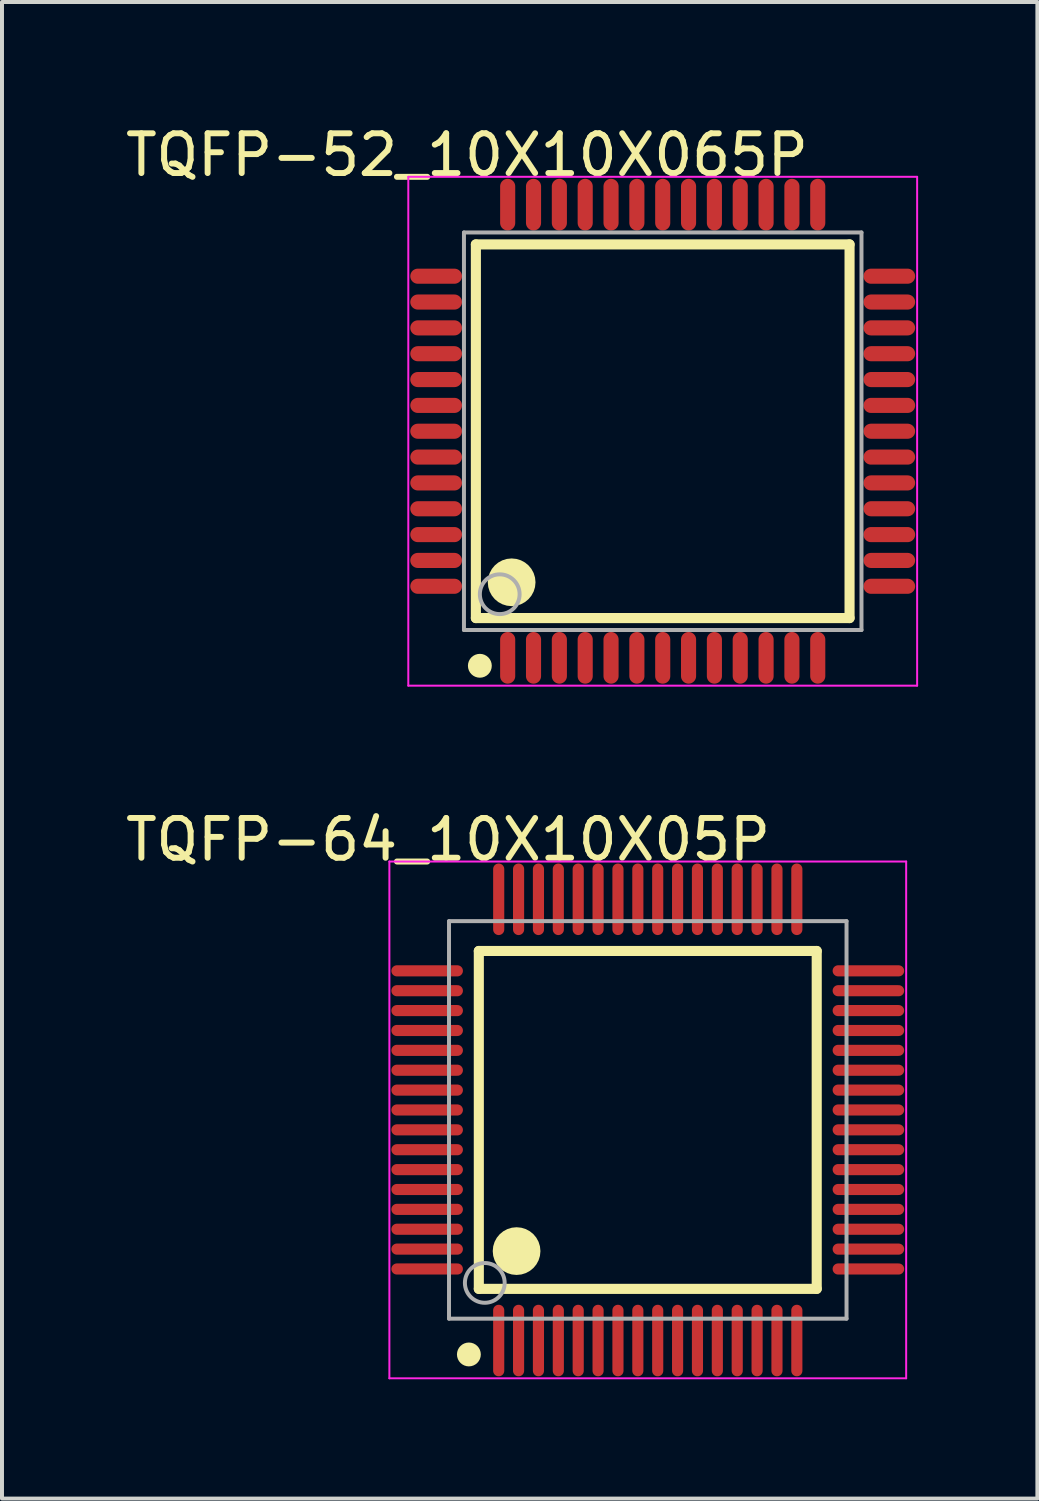
<source format=kicad_pcb>
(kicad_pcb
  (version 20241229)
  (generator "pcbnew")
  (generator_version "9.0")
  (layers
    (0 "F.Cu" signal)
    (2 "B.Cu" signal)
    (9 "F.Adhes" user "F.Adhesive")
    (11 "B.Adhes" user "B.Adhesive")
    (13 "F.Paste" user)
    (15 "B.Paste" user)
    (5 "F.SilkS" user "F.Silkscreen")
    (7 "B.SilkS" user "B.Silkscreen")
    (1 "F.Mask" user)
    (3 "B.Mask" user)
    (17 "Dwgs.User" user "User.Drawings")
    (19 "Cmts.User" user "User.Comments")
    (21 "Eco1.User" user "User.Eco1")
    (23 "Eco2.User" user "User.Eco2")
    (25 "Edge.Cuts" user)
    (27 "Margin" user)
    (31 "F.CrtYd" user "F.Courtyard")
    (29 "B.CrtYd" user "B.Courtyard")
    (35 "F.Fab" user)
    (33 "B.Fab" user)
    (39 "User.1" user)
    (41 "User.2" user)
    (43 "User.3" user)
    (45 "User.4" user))
  (footprint "TQFP-64_10X10X05P"
    (layer "F.Cu")
    (at 13.245 25.122)
    (property "Reference" "TQFP-64_10X10X05P" (at -5.024 -7.05 0) (layer "F.SilkS") (effects (font (size 1 1) (thickness 0.15))))
    (attr through_hole)
    (fp_line (start -4.25 -4.25) (end 4.25 -4.25) (stroke (width 0.254) (type solid)) (layer "F.SilkS"))
    (fp_line (start -4.25 4.25) (end -4.25 -4.25) (stroke (width 0.254) (type solid)) (layer "F.SilkS"))
    (fp_line (start -4.25 4.25) (end 4.25 4.25) (stroke (width 0.254) (type solid)) (layer "F.SilkS"))
    (fp_line (start 4.25 4.25) (end 4.25 -4.25) (stroke (width 0.254) (type solid)) (layer "F.SilkS"))
    (fp_circle (center -4.5 5.9) (end -4.35 5.9) (stroke (width 0.3) (type solid)) (fill no) (layer "F.SilkS"))
    (fp_circle (center -3.3 3.3) (end -3 3.3) (stroke (width 0.6) (type solid)) (fill no) (layer "F.SilkS"))
    (fp_line (start -6.5 -6.5) (end 6.5 -6.5) (stroke (width 0.05) (type solid)) (layer "F.CrtYd"))
    (fp_line (start -6.5 6.5) (end -6.5 -6.5) (stroke (width 0.05) (type solid)) (layer "F.CrtYd"))
    (fp_line (start 6.5 -6.5) (end 6.5 6.5) (stroke (width 0.05) (type solid)) (layer "F.CrtYd"))
    (fp_line (start 6.5 6.5) (end -6.5 6.5) (stroke (width 0.05) (type solid)) (layer "F.CrtYd"))
    (fp_line (start -5 -5) (end 5 -5) (stroke (width 0.1) (type solid)) (layer "F.Fab"))
    (fp_line (start -5 5) (end -5 -5) (stroke (width 0.1) (type solid)) (layer "F.Fab"))
    (fp_line (start -5 5) (end 5 5) (stroke (width 0.1) (type solid)) (layer "F.Fab"))
    (fp_line (start 5 5) (end 5 -5) (stroke (width 0.1) (type solid)) (layer "F.Fab"))
    (fp_circle (center -4.1 4.1) (end -3.6 4.1) (stroke (width 0.1) (type solid)) (fill no) (layer "F.Fab"))
    (pad "1" smd oval (at -3.75 5.55 180) (size 0.28 1.8) (layers "F.Cu" "F.Mask" "F.Paste"))
    (pad "2" smd oval (at -3.25 5.55 180) (size 0.28 1.8) (layers "F.Cu" "F.Mask" "F.Paste"))
    (pad "3" smd oval (at -2.75 5.55 180) (size 0.28 1.8) (layers "F.Cu" "F.Mask" "F.Paste"))
    (pad "4" smd oval (at -2.25 5.55 180) (size 0.28 1.8) (layers "F.Cu" "F.Mask" "F.Paste"))
    (pad "5" smd oval (at -1.75 5.55 180) (size 0.28 1.8) (layers "F.Cu" "F.Mask" "F.Paste"))
    (pad "6" smd oval (at -1.25 5.55 180) (size 0.28 1.8) (layers "F.Cu" "F.Mask" "F.Paste"))
    (pad "7" smd oval (at -0.75 5.55 180) (size 0.28 1.8) (layers "F.Cu" "F.Mask" "F.Paste"))
    (pad "8" smd oval (at -0.25 5.55 180) (size 0.28 1.8) (layers "F.Cu" "F.Mask" "F.Paste"))
    (pad "9" smd oval (at 0.25 5.55 180) (size 0.28 1.8) (layers "F.Cu" "F.Mask" "F.Paste"))
    (pad "10" smd oval (at 0.75 5.55 180) (size 0.28 1.8) (layers "F.Cu" "F.Mask" "F.Paste"))
    (pad "11" smd oval (at 1.25 5.55 180) (size 0.28 1.8) (layers "F.Cu" "F.Mask" "F.Paste"))
    (pad "12" smd oval (at 1.75 5.55 180) (size 0.28 1.8) (layers "F.Cu" "F.Mask" "F.Paste"))
    (pad "13" smd oval (at 2.25 5.55 180) (size 0.28 1.8) (layers "F.Cu" "F.Mask" "F.Paste"))
    (pad "14" smd oval (at 2.75 5.55 180) (size 0.28 1.8) (layers "F.Cu" "F.Mask" "F.Paste"))
    (pad "15" smd oval (at 3.25 5.55 180) (size 0.28 1.8) (layers "F.Cu" "F.Mask" "F.Paste"))
    (pad "16" smd oval (at 3.75 5.55 180) (size 0.28 1.8) (layers "F.Cu" "F.Mask" "F.Paste"))
    (pad "17" smd oval (at 5.55 3.75 90) (size 0.28 1.8) (layers "F.Cu" "F.Mask" "F.Paste"))
    (pad "18" smd oval (at 5.55 3.25 90) (size 0.28 1.8) (layers "F.Cu" "F.Mask" "F.Paste"))
    (pad "19" smd oval (at 5.55 2.75 90) (size 0.28 1.8) (layers "F.Cu" "F.Mask" "F.Paste"))
    (pad "20" smd oval (at 5.55 2.25 90) (size 0.28 1.8) (layers "F.Cu" "F.Mask" "F.Paste"))
    (pad "21" smd oval (at 5.55 1.75 90) (size 0.28 1.8) (layers "F.Cu" "F.Mask" "F.Paste"))
    (pad "22" smd oval (at 5.55 1.25 90) (size 0.28 1.8) (layers "F.Cu" "F.Mask" "F.Paste"))
    (pad "23" smd oval (at 5.55 0.75 90) (size 0.28 1.8) (layers "F.Cu" "F.Mask" "F.Paste"))
    (pad "24" smd oval (at 5.55 0.25 90) (size 0.28 1.8) (layers "F.Cu" "F.Mask" "F.Paste"))
    (pad "25" smd oval (at 5.55 -0.25 90) (size 0.28 1.8) (layers "F.Cu" "F.Mask" "F.Paste"))
    (pad "26" smd oval (at 5.55 -0.75 90) (size 0.28 1.8) (layers "F.Cu" "F.Mask" "F.Paste"))
    (pad "27" smd oval (at 5.55 -1.25 90) (size 0.28 1.8) (layers "F.Cu" "F.Mask" "F.Paste"))
    (pad "28" smd oval (at 5.55 -1.75 90) (size 0.28 1.8) (layers "F.Cu" "F.Mask" "F.Paste"))
    (pad "29" smd oval (at 5.55 -2.25 90) (size 0.28 1.8) (layers "F.Cu" "F.Mask" "F.Paste"))
    (pad "30" smd oval (at 5.55 -2.75 90) (size 0.28 1.8) (layers "F.Cu" "F.Mask" "F.Paste"))
    (pad "31" smd oval (at 5.55 -3.25 90) (size 0.28 1.8) (layers "F.Cu" "F.Mask" "F.Paste"))
    (pad "32" smd oval (at 5.55 -3.75 90) (size 0.28 1.8) (layers "F.Cu" "F.Mask" "F.Paste"))
    (pad "33" smd oval (at 3.75 -5.55 180) (size 0.28 1.8) (layers "F.Cu" "F.Mask" "F.Paste"))
    (pad "34" smd oval (at 3.25 -5.55 180) (size 0.28 1.8) (layers "F.Cu" "F.Mask" "F.Paste"))
    (pad "35" smd oval (at 2.75 -5.55 180) (size 0.28 1.8) (layers "F.Cu" "F.Mask" "F.Paste"))
    (pad "36" smd oval (at 2.25 -5.55 180) (size 0.28 1.8) (layers "F.Cu" "F.Mask" "F.Paste"))
    (pad "37" smd oval (at 1.75 -5.55 180) (size 0.28 1.8) (layers "F.Cu" "F.Mask" "F.Paste"))
    (pad "38" smd oval (at 1.25 -5.55 180) (size 0.28 1.8) (layers "F.Cu" "F.Mask" "F.Paste"))
    (pad "39" smd oval (at 0.75 -5.55 180) (size 0.28 1.8) (layers "F.Cu" "F.Mask" "F.Paste"))
    (pad "40" smd oval (at 0.25 -5.55 180) (size 0.28 1.8) (layers "F.Cu" "F.Mask" "F.Paste"))
    (pad "41" smd oval (at -0.25 -5.55 180) (size 0.28 1.8) (layers "F.Cu" "F.Mask" "F.Paste"))
    (pad "42" smd oval (at -0.75 -5.55 180) (size 0.28 1.8) (layers "F.Cu" "F.Mask" "F.Paste"))
    (pad "43" smd oval (at -1.25 -5.55 180) (size 0.28 1.8) (layers "F.Cu" "F.Mask" "F.Paste"))
    (pad "44" smd oval (at -1.75 -5.55 180) (size 0.28 1.8) (layers "F.Cu" "F.Mask" "F.Paste"))
    (pad "45" smd oval (at -2.25 -5.55 180) (size 0.28 1.8) (layers "F.Cu" "F.Mask" "F.Paste"))
    (pad "46" smd oval (at -2.75 -5.55 180) (size 0.28 1.8) (layers "F.Cu" "F.Mask" "F.Paste"))
    (pad "47" smd oval (at -3.25 -5.55 180) (size 0.28 1.8) (layers "F.Cu" "F.Mask" "F.Paste"))
    (pad "48" smd oval (at -3.75 -5.55 180) (size 0.28 1.8) (layers "F.Cu" "F.Mask" "F.Paste"))
    (pad "49" smd oval (at -5.55 -3.75 90) (size 0.28 1.8) (layers "F.Cu" "F.Mask" "F.Paste"))
    (pad "50" smd oval (at -5.55 -3.25 90) (size 0.28 1.8) (layers "F.Cu" "F.Mask" "F.Paste"))
    (pad "51" smd oval (at -5.55 -2.75 90) (size 0.28 1.8) (layers "F.Cu" "F.Mask" "F.Paste"))
    (pad "52" smd oval (at -5.55 -2.25 90) (size 0.28 1.8) (layers "F.Cu" "F.Mask" "F.Paste"))
    (pad "53" smd oval (at -5.55 -1.75 90) (size 0.28 1.8) (layers "F.Cu" "F.Mask" "F.Paste"))
    (pad "54" smd oval (at -5.55 -1.25 90) (size 0.28 1.8) (layers "F.Cu" "F.Mask" "F.Paste"))
    (pad "55" smd oval (at -5.55 -0.75 90) (size 0.28 1.8) (layers "F.Cu" "F.Mask" "F.Paste"))
    (pad "56" smd oval (at -5.55 -0.25 90) (size 0.28 1.8) (layers "F.Cu" "F.Mask" "F.Paste"))
    (pad "57" smd oval (at -5.55 0.25 90) (size 0.28 1.8) (layers "F.Cu" "F.Mask" "F.Paste"))
    (pad "58" smd oval (at -5.55 0.75 90) (size 0.28 1.8) (layers "F.Cu" "F.Mask" "F.Paste"))
    (pad "59" smd oval (at -5.55 1.25 90) (size 0.28 1.8) (layers "F.Cu" "F.Mask" "F.Paste"))
    (pad "60" smd oval (at -5.55 1.75 90) (size 0.28 1.8) (layers "F.Cu" "F.Mask" "F.Paste"))
    (pad "61" smd oval (at -5.55 2.25 90) (size 0.28 1.8) (layers "F.Cu" "F.Mask" "F.Paste"))
    (pad "62" smd oval (at -5.55 2.75 90) (size 0.28 1.8) (layers "F.Cu" "F.Mask" "F.Paste"))
    (pad "63" smd oval (at -5.55 3.25 90) (size 0.28 1.8) (layers "F.Cu" "F.Mask" "F.Paste"))
    (pad "64" smd oval (at -5.55 3.75 90) (size 0.28 1.8) (layers "F.Cu" "F.Mask" "F.Paste")))
  (footprint "TQFP-52_10X10X065P"
    (layer "F.Cu")
    (at 13.621 7.798)
    (property "Reference" "TQFP-52_10X10X065P" (at -4.924 -6.95 0) (layer "F.SilkS") (effects (font (size 1 1) (thickness 0.15))))
    (attr through_hole)
    (fp_line (start -4.7 -4.7) (end 4.7 -4.7) (stroke (width 0.254) (type solid)) (layer "F.SilkS"))
    (fp_line (start -4.7 4.7) (end -4.7 -4.7) (stroke (width 0.254) (type solid)) (layer "F.SilkS"))
    (fp_line (start -4.7 4.7) (end 4.7 4.7) (stroke (width 0.254) (type solid)) (layer "F.SilkS"))
    (fp_line (start 4.7 4.7) (end 4.7 -4.7) (stroke (width 0.254) (type solid)) (layer "F.SilkS"))
    (fp_circle (center -4.6 5.9) (end -4.45 5.9) (stroke (width 0.3) (type solid)) (fill no) (layer "F.SilkS"))
    (fp_circle (center -3.8 3.8) (end -3.5 3.8) (stroke (width 0.6) (type solid)) (fill no) (layer "F.SilkS"))
    (fp_line (start -6.4 -6.4) (end 6.4 -6.4) (stroke (width 0.05) (type solid)) (layer "F.CrtYd"))
    (fp_line (start -6.4 6.4) (end -6.4 -6.4) (stroke (width 0.05) (type solid)) (layer "F.CrtYd"))
    (fp_line (start 6.4 -6.4) (end 6.4 6.4) (stroke (width 0.05) (type solid)) (layer "F.CrtYd"))
    (fp_line (start 6.4 6.4) (end -6.4 6.4) (stroke (width 0.05) (type solid)) (layer "F.CrtYd"))
    (fp_line (start -5 -5) (end 5 -5) (stroke (width 0.1) (type solid)) (layer "F.Fab"))
    (fp_line (start -5 5) (end -5 -5) (stroke (width 0.1) (type solid)) (layer "F.Fab"))
    (fp_line (start -5 5) (end 5 5) (stroke (width 0.1) (type solid)) (layer "F.Fab"))
    (fp_line (start 5 5) (end 5 -5) (stroke (width 0.1) (type solid)) (layer "F.Fab"))
    (fp_circle (center -4.1 4.1) (end -3.6 4.1) (stroke (width 0.1) (type solid)) (fill no) (layer "F.Fab"))
    (pad "1" smd oval (at -3.9 5.7 180) (size 0.38 1.3) (layers "F.Cu" "F.Mask" "F.Paste"))
    (pad "2" smd oval (at -3.25 5.7 180) (size 0.38 1.3) (layers "F.Cu" "F.Mask" "F.Paste"))
    (pad "3" smd oval (at -2.6 5.7 180) (size 0.38 1.3) (layers "F.Cu" "F.Mask" "F.Paste"))
    (pad "4" smd oval (at -1.95 5.7 180) (size 0.38 1.3) (layers "F.Cu" "F.Mask" "F.Paste"))
    (pad "5" smd oval (at -1.3 5.7 180) (size 0.38 1.3) (layers "F.Cu" "F.Mask" "F.Paste"))
    (pad "6" smd oval (at -0.65 5.7 180) (size 0.38 1.3) (layers "F.Cu" "F.Mask" "F.Paste"))
    (pad "7" smd oval (at 0 5.7 180) (size 0.38 1.3) (layers "F.Cu" "F.Mask" "F.Paste"))
    (pad "8" smd oval (at 0.65 5.7 180) (size 0.38 1.3) (layers "F.Cu" "F.Mask" "F.Paste"))
    (pad "9" smd oval (at 1.3 5.7 180) (size 0.38 1.3) (layers "F.Cu" "F.Mask" "F.Paste"))
    (pad "10" smd oval (at 1.95 5.7 180) (size 0.38 1.3) (layers "F.Cu" "F.Mask" "F.Paste"))
    (pad "11" smd oval (at 2.6 5.7 180) (size 0.38 1.3) (layers "F.Cu" "F.Mask" "F.Paste"))
    (pad "12" smd oval (at 3.25 5.7 180) (size 0.38 1.3) (layers "F.Cu" "F.Mask" "F.Paste"))
    (pad "13" smd oval (at 3.9 5.7 180) (size 0.38 1.3) (layers "F.Cu" "F.Mask" "F.Paste"))
    (pad "14" smd oval (at 5.7 3.9 270) (size 0.38 1.3) (layers "F.Cu" "F.Mask" "F.Paste"))
    (pad "15" smd oval (at 5.7 3.25 270) (size 0.38 1.3) (layers "F.Cu" "F.Mask" "F.Paste"))
    (pad "16" smd oval (at 5.7 2.6 270) (size 0.38 1.3) (layers "F.Cu" "F.Mask" "F.Paste"))
    (pad "17" smd oval (at 5.7 1.95 270) (size 0.38 1.3) (layers "F.Cu" "F.Mask" "F.Paste"))
    (pad "18" smd oval (at 5.7 1.3 270) (size 0.38 1.3) (layers "F.Cu" "F.Mask" "F.Paste"))
    (pad "19" smd oval (at 5.7 0.65 270) (size 0.38 1.3) (layers "F.Cu" "F.Mask" "F.Paste"))
    (pad "20" smd oval (at 5.7 0 270) (size 0.38 1.3) (layers "F.Cu" "F.Mask" "F.Paste"))
    (pad "21" smd oval (at 5.7 -0.65 270) (size 0.38 1.3) (layers "F.Cu" "F.Mask" "F.Paste"))
    (pad "22" smd oval (at 5.7 -1.3 270) (size 0.38 1.3) (layers "F.Cu" "F.Mask" "F.Paste"))
    (pad "23" smd oval (at 5.7 -1.95 270) (size 0.38 1.3) (layers "F.Cu" "F.Mask" "F.Paste"))
    (pad "24" smd oval (at 5.7 -2.6 270) (size 0.38 1.3) (layers "F.Cu" "F.Mask" "F.Paste"))
    (pad "25" smd oval (at 5.7 -3.25 270) (size 0.38 1.3) (layers "F.Cu" "F.Mask" "F.Paste"))
    (pad "26" smd oval (at 5.7 -3.9 270) (size 0.38 1.3) (layers "F.Cu" "F.Mask" "F.Paste"))
    (pad "27" smd oval (at 3.9 -5.7) (size 0.38 1.3) (layers "F.Cu" "F.Mask" "F.Paste"))
    (pad "28" smd oval (at 3.25 -5.7) (size 0.38 1.3) (layers "F.Cu" "F.Mask" "F.Paste"))
    (pad "29" smd oval (at 2.6 -5.7) (size 0.38 1.3) (layers "F.Cu" "F.Mask" "F.Paste"))
    (pad "30" smd oval (at 1.95 -5.7) (size 0.38 1.3) (layers "F.Cu" "F.Mask" "F.Paste"))
    (pad "31" smd oval (at 1.3 -5.7) (size 0.38 1.3) (layers "F.Cu" "F.Mask" "F.Paste"))
    (pad "32" smd oval (at 0.65 -5.7) (size 0.38 1.3) (layers "F.Cu" "F.Mask" "F.Paste"))
    (pad "33" smd oval (at 0 -5.7) (size 0.38 1.3) (layers "F.Cu" "F.Mask" "F.Paste"))
    (pad "34" smd oval (at -0.65 -5.7) (size 0.38 1.3) (layers "F.Cu" "F.Mask" "F.Paste"))
    (pad "35" smd oval (at -1.3 -5.7) (size 0.38 1.3) (layers "F.Cu" "F.Mask" "F.Paste"))
    (pad "36" smd oval (at -1.95 -5.7) (size 0.38 1.3) (layers "F.Cu" "F.Mask" "F.Paste"))
    (pad "37" smd oval (at -2.6 -5.7) (size 0.38 1.3) (layers "F.Cu" "F.Mask" "F.Paste"))
    (pad "38" smd oval (at -3.25 -5.7) (size 0.38 1.3) (layers "F.Cu" "F.Mask" "F.Paste"))
    (pad "39" smd oval (at -3.9 -5.7) (size 0.38 1.3) (layers "F.Cu" "F.Mask" "F.Paste"))
    (pad "40" smd oval (at -5.7 -3.9 90) (size 0.38 1.3) (layers "F.Cu" "F.Mask" "F.Paste"))
    (pad "41" smd oval (at -5.7 -3.25 90) (size 0.38 1.3) (layers "F.Cu" "F.Mask" "F.Paste"))
    (pad "42" smd oval (at -5.7 -2.6 90) (size 0.38 1.3) (layers "F.Cu" "F.Mask" "F.Paste"))
    (pad "43" smd oval (at -5.7 -1.95 90) (size 0.38 1.3) (layers "F.Cu" "F.Mask" "F.Paste"))
    (pad "44" smd oval (at -5.7 -1.3 90) (size 0.38 1.3) (layers "F.Cu" "F.Mask" "F.Paste"))
    (pad "45" smd oval (at -5.7 -0.65 90) (size 0.38 1.3) (layers "F.Cu" "F.Mask" "F.Paste"))
    (pad "46" smd oval (at -5.7 0 90) (size 0.38 1.3) (layers "F.Cu" "F.Mask" "F.Paste"))
    (pad "47" smd oval (at -5.7 0.65 90) (size 0.38 1.3) (layers "F.Cu" "F.Mask" "F.Paste"))
    (pad "48" smd oval (at -5.7 1.3 90) (size 0.38 1.3) (layers "F.Cu" "F.Mask" "F.Paste"))
    (pad "49" smd oval (at -5.7 1.95 90) (size 0.38 1.3) (layers "F.Cu" "F.Mask" "F.Paste"))
    (pad "50" smd oval (at -5.7 2.6 90) (size 0.38 1.3) (layers "F.Cu" "F.Mask" "F.Paste"))
    (pad "51" smd oval (at -5.7 3.25 90) (size 0.38 1.3) (layers "F.Cu" "F.Mask" "F.Paste"))
    (pad "52" smd oval (at -5.7 3.9 90) (size 0.38 1.3) (layers "F.Cu" "F.Mask" "F.Paste")))
  (gr_rect
    (start -3 -3)
    (end 23.046 34.647)
    (stroke (width 0.1) (type default))
    (fill no)
    (layer "Edge.Cuts")))
</source>
